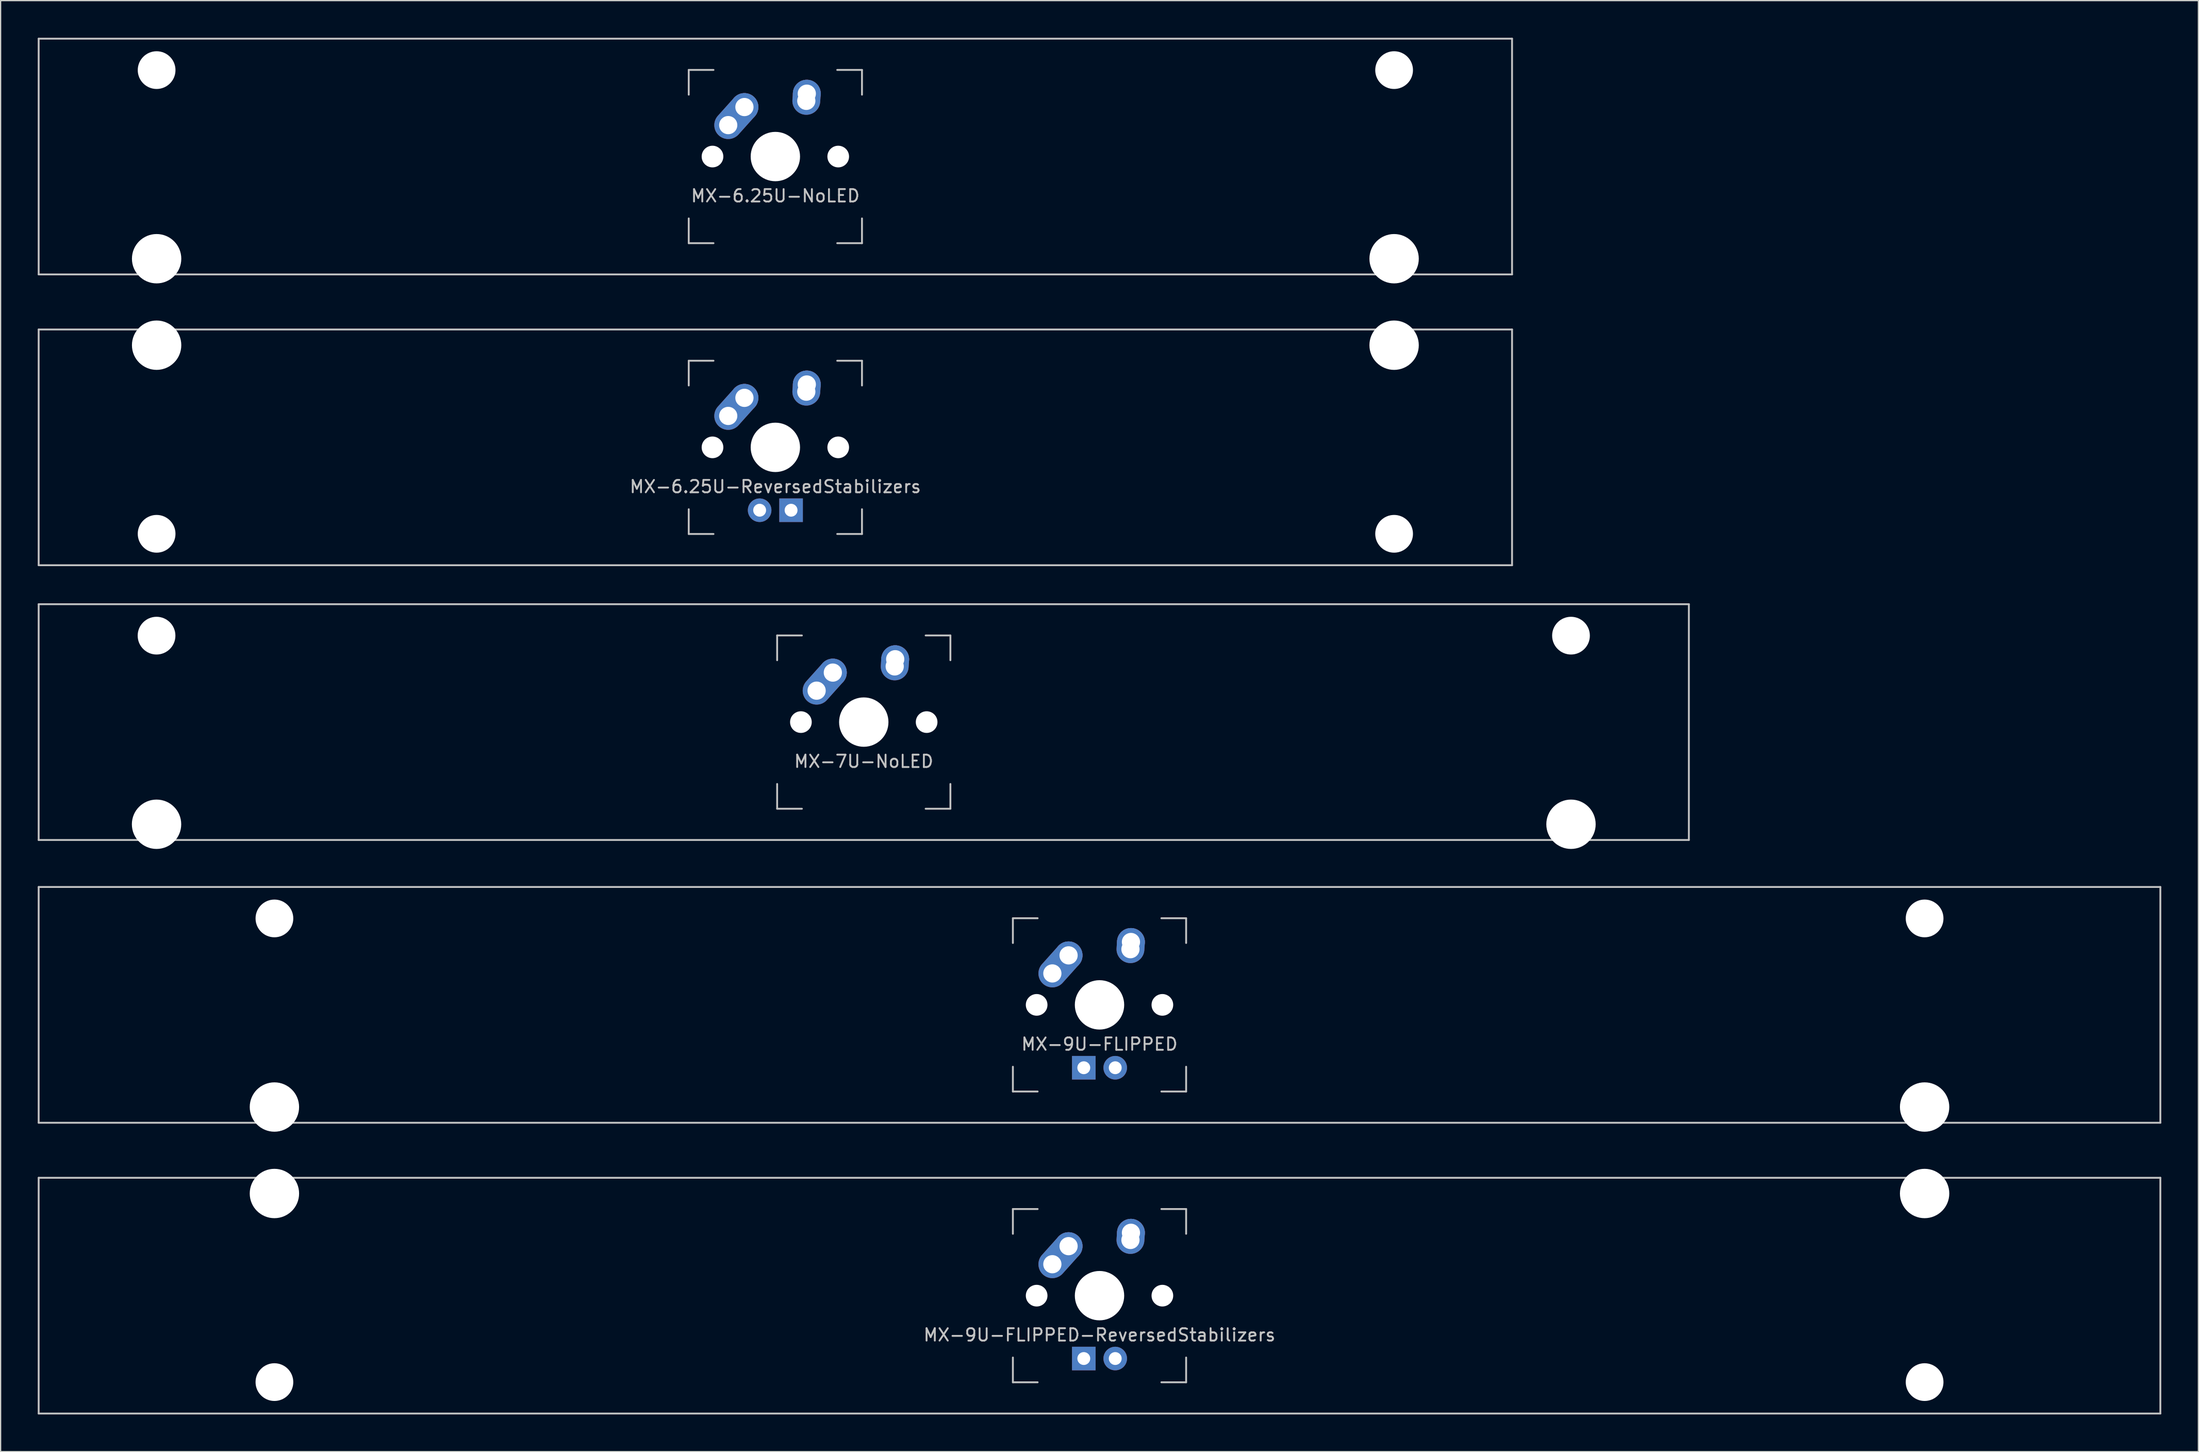
<source format=kicad_pcb>
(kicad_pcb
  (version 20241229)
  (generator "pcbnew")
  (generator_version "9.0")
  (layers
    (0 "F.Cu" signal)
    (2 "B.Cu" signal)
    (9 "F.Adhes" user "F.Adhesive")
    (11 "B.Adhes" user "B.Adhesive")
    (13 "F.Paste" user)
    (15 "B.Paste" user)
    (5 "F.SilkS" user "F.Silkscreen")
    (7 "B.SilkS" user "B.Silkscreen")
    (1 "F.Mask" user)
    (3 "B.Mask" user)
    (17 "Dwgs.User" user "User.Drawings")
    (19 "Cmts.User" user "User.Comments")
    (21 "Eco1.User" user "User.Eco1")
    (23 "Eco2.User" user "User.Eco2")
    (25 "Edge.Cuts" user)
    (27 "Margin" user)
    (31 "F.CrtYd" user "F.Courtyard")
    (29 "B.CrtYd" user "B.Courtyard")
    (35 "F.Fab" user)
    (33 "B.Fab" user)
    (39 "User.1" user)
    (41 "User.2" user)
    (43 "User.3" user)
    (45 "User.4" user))
  (footprint "MX-7U-NoLED"
    (layer "F.Cu")
    (at 66.75 55.298)
    (property "Reference" "MX-7U-NoLED" (at 0 3.175 0) (layer "Dwgs.User") (effects (font (size 1 1) (thickness 0.15))))
    (attr through_hole)
    (fp_line (start -66.675 -9.525) (end 66.675 -9.525) (stroke (width 0.15) (type solid)) (layer "Dwgs.User"))
    (fp_line (start -66.675 9.525) (end -66.675 -9.525) (stroke (width 0.15) (type solid)) (layer "Dwgs.User"))
    (fp_line (start -66.675 9.525) (end 66.675 9.525) (stroke (width 0.15) (type solid)) (layer "Dwgs.User"))
    (fp_line (start -7 -7) (end -7 -5) (stroke (width 0.15) (type solid)) (layer "Dwgs.User"))
    (fp_line (start -7 5) (end -7 7) (stroke (width 0.15) (type solid)) (layer "Dwgs.User"))
    (fp_line (start -7 7) (end -5 7) (stroke (width 0.15) (type solid)) (layer "Dwgs.User"))
    (fp_line (start -5 -7) (end -7 -7) (stroke (width 0.15) (type solid)) (layer "Dwgs.User"))
    (fp_line (start 5 -7) (end 7 -7) (stroke (width 0.15) (type solid)) (layer "Dwgs.User"))
    (fp_line (start 5 7) (end 7 7) (stroke (width 0.15) (type solid)) (layer "Dwgs.User"))
    (fp_line (start 7 -7) (end 7 -5) (stroke (width 0.15) (type solid)) (layer "Dwgs.User"))
    (fp_line (start 7 7) (end 7 5) (stroke (width 0.15) (type solid)) (layer "Dwgs.User"))
    (fp_line (start 66.675 -9.525) (end 66.675 9.525) (stroke (width 0.15) (type solid)) (layer "Dwgs.User"))
    (pad "" np_thru_hole circle (at -57.15 -6.985) (size 3.048 3.048) (drill 3.048) (layers "*.Cu" "*.Mask"))
    (pad "" np_thru_hole circle (at -57.15 8.255) (size 3.988 3.988) (drill 3.988) (layers "*.Cu" "*.Mask"))
    (pad "" np_thru_hole circle (at -5.08 0 48.1) (size 1.75 1.75) (drill 1.75) (layers "*.Cu" "*.Mask"))
    (pad "" np_thru_hole circle (at 0 0) (size 3.988 3.988) (drill 3.988) (layers "*.Cu" "*.Mask"))
    (pad "" np_thru_hole circle (at 5.08 0 48.1) (size 1.75 1.75) (drill 1.75) (layers "*.Cu" "*.Mask"))
    (pad "" np_thru_hole circle (at 57.15 -6.985) (size 3.048 3.048) (drill 3.048) (layers "*.Cu" "*.Mask"))
    (pad "" np_thru_hole circle (at 57.15 8.255) (size 3.988 3.988) (drill 3.988) (layers "*.Cu" "*.Mask"))
    (pad "1" thru_hole oval (at -3.81 -2.54 48.1) (size 4.212 2.25) (drill 1.47 (offset 0.981 0)) (layers "*.Cu" "B.Mask"))
    (pad "1" thru_hole circle (at -2.5 -4) (size 2.25 2.25) (drill 1.47) (layers "*.Cu" "B.Mask"))
    (pad "2" thru_hole oval (at 2.5 -4.5 86.055) (size 2.831 2.25) (drill 1.47 (offset 0.291 0)) (layers "*.Cu" "B.Mask"))
    (pad "2" thru_hole circle (at 2.54 -5.08) (size 2.25 2.25) (drill 1.47) (layers "*.Cu" "B.Mask")))
  (footprint "MX-6.25U-NoLED"
    (layer "F.Cu")
    (at 59.606 9.6)
    (property "Reference" "MX-6.25U-NoLED" (at 0 3.175 0) (layer "Dwgs.User") (effects (font (size 1 1) (thickness 0.15))))
    (attr through_hole)
    (fp_line (start -59.531 -9.525) (end 59.531 -9.525) (stroke (width 0.15) (type solid)) (layer "Dwgs.User"))
    (fp_line (start -59.531 9.525) (end -59.531 -9.525) (stroke (width 0.15) (type solid)) (layer "Dwgs.User"))
    (fp_line (start -59.531 9.525) (end 59.531 9.525) (stroke (width 0.15) (type solid)) (layer "Dwgs.User"))
    (fp_line (start -7 -7) (end -7 -5) (stroke (width 0.15) (type solid)) (layer "Dwgs.User"))
    (fp_line (start -7 5) (end -7 7) (stroke (width 0.15) (type solid)) (layer "Dwgs.User"))
    (fp_line (start -7 7) (end -5 7) (stroke (width 0.15) (type solid)) (layer "Dwgs.User"))
    (fp_line (start -5 -7) (end -7 -7) (stroke (width 0.15) (type solid)) (layer "Dwgs.User"))
    (fp_line (start 5 -7) (end 7 -7) (stroke (width 0.15) (type solid)) (layer "Dwgs.User"))
    (fp_line (start 5 7) (end 7 7) (stroke (width 0.15) (type solid)) (layer "Dwgs.User"))
    (fp_line (start 7 -7) (end 7 -5) (stroke (width 0.15) (type solid)) (layer "Dwgs.User"))
    (fp_line (start 7 7) (end 7 5) (stroke (width 0.15) (type solid)) (layer "Dwgs.User"))
    (fp_line (start 59.531 -9.525) (end 59.531 9.525) (stroke (width 0.15) (type solid)) (layer "Dwgs.User"))
    (pad "" np_thru_hole circle (at -50 -6.985) (size 3.048 3.048) (drill 3.048) (layers "*.Cu" "*.Mask"))
    (pad "" np_thru_hole circle (at -50 8.255) (size 3.988 3.988) (drill 3.988) (layers "*.Cu" "*.Mask"))
    (pad "" np_thru_hole circle (at -5.08 0 48.1) (size 1.75 1.75) (drill 1.75) (layers "*.Cu" "*.Mask"))
    (pad "" np_thru_hole circle (at 0 0) (size 3.988 3.988) (drill 3.988) (layers "*.Cu" "*.Mask"))
    (pad "" np_thru_hole circle (at 5.08 0 48.1) (size 1.75 1.75) (drill 1.75) (layers "*.Cu" "*.Mask"))
    (pad "" np_thru_hole circle (at 50 -6.985) (size 3.048 3.048) (drill 3.048) (layers "*.Cu" "*.Mask"))
    (pad "" np_thru_hole circle (at 50 8.255) (size 3.988 3.988) (drill 3.988) (layers "*.Cu" "*.Mask"))
    (pad "1" thru_hole oval (at -3.81 -2.54 48.1) (size 4.212 2.25) (drill 1.47 (offset 0.981 0)) (layers "*.Cu" "B.Mask"))
    (pad "1" thru_hole circle (at -2.5 -4) (size 2.25 2.25) (drill 1.47) (layers "*.Cu" "B.Mask"))
    (pad "2" thru_hole oval (at 2.5 -4.5 86.055) (size 2.831 2.25) (drill 1.47 (offset 0.291 0)) (layers "*.Cu" "B.Mask"))
    (pad "2" thru_hole circle (at 2.54 -5.08) (size 2.25 2.25) (drill 1.47) (layers "*.Cu" "B.Mask")))
  (footprint "MX-9U-FLIPPED"
    (layer "F.Cu")
    (at 85.8 78.147)
    (property "Reference" "MX-9U-FLIPPED" (at 0 3.175 0) (layer "Dwgs.User") (effects (font (size 1 1) (thickness 0.15))))
    (attr through_hole)
    (fp_line (start -85.725 -9.525) (end 85.725 -9.525) (stroke (width 0.15) (type solid)) (layer "Dwgs.User"))
    (fp_line (start -85.725 9.525) (end -85.725 -9.525) (stroke (width 0.15) (type solid)) (layer "Dwgs.User"))
    (fp_line (start -85.725 9.525) (end 85.725 9.525) (stroke (width 0.15) (type solid)) (layer "Dwgs.User"))
    (fp_line (start -7 -7) (end -7 -5) (stroke (width 0.15) (type solid)) (layer "Dwgs.User"))
    (fp_line (start -7 5) (end -7 7) (stroke (width 0.15) (type solid)) (layer "Dwgs.User"))
    (fp_line (start -7 7) (end -5 7) (stroke (width 0.15) (type solid)) (layer "Dwgs.User"))
    (fp_line (start -5 -7) (end -7 -7) (stroke (width 0.15) (type solid)) (layer "Dwgs.User"))
    (fp_line (start 5 -7) (end 7 -7) (stroke (width 0.15) (type solid)) (layer "Dwgs.User"))
    (fp_line (start 5 7) (end 7 7) (stroke (width 0.15) (type solid)) (layer "Dwgs.User"))
    (fp_line (start 7 -7) (end 7 -5) (stroke (width 0.15) (type solid)) (layer "Dwgs.User"))
    (fp_line (start 7 7) (end 7 5) (stroke (width 0.15) (type solid)) (layer "Dwgs.User"))
    (fp_line (start 85.725 -9.525) (end 85.725 9.525) (stroke (width 0.15) (type solid)) (layer "Dwgs.User"))
    (pad "" np_thru_hole circle (at -66.675 -6.985) (size 3.048 3.048) (drill 3.048) (layers "*.Cu" "*.Mask"))
    (pad "" np_thru_hole circle (at -66.675 8.255) (size 3.988 3.988) (drill 3.988) (layers "*.Cu" "*.Mask"))
    (pad "" np_thru_hole circle (at -5.08 0 48.1) (size 1.75 1.75) (drill 1.75) (layers "*.Cu" "*.Mask"))
    (pad "" np_thru_hole circle (at 0 0) (size 3.988 3.988) (drill 3.988) (layers "*.Cu" "*.Mask"))
    (pad "" np_thru_hole circle (at 5.08 0 48.1) (size 1.75 1.75) (drill 1.75) (layers "*.Cu" "*.Mask"))
    (pad "" np_thru_hole circle (at 66.675 -6.985) (size 3.048 3.048) (drill 3.048) (layers "*.Cu" "*.Mask"))
    (pad "" np_thru_hole circle (at 66.675 8.255) (size 3.988 3.988) (drill 3.988) (layers "*.Cu" "*.Mask"))
    (pad "1" thru_hole oval (at -3.81 -2.54 48.1) (size 4.212 2.25) (drill 1.47 (offset 0.981 0)) (layers "*.Cu" "B.Mask"))
    (pad "1" thru_hole circle (at -2.5 -4) (size 2.25 2.25) (drill 1.47) (layers "*.Cu" "B.Mask"))
    (pad "2" thru_hole oval (at 2.5 -4.5 86.055) (size 2.831 2.25) (drill 1.47 (offset 0.291 0)) (layers "*.Cu" "B.Mask"))
    (pad "2" thru_hole circle (at 2.54 -5.08) (size 2.25 2.25) (drill 1.47) (layers "*.Cu" "B.Mask"))
    (pad "3" thru_hole circle (at 1.27 5.08) (size 1.905 1.905) (drill 1.04) (layers "*.Cu" "B.Mask"))
    (pad "4" thru_hole rect (at -1.27 5.08) (size 1.905 1.905) (drill 1.04) (layers "*.Cu" "B.Mask")))
  (footprint "MX-6.25U-ReversedStabilizers"
    (layer "F.Cu")
    (at 59.606 33.098)
    (property "Reference" "MX-6.25U-ReversedStabilizers" (at 0 3.175 0) (layer "Dwgs.User") (effects (font (size 1 1) (thickness 0.15))))
    (attr through_hole)
    (fp_line (start -59.531 -9.525) (end 59.531 -9.525) (stroke (width 0.15) (type solid)) (layer "Dwgs.User"))
    (fp_line (start -59.531 9.525) (end -59.531 -9.525) (stroke (width 0.15) (type solid)) (layer "Dwgs.User"))
    (fp_line (start -59.531 9.525) (end 59.531 9.525) (stroke (width 0.15) (type solid)) (layer "Dwgs.User"))
    (fp_line (start -7 -7) (end -7 -5) (stroke (width 0.15) (type solid)) (layer "Dwgs.User"))
    (fp_line (start -7 5) (end -7 7) (stroke (width 0.15) (type solid)) (layer "Dwgs.User"))
    (fp_line (start -7 7) (end -5 7) (stroke (width 0.15) (type solid)) (layer "Dwgs.User"))
    (fp_line (start -5 -7) (end -7 -7) (stroke (width 0.15) (type solid)) (layer "Dwgs.User"))
    (fp_line (start 5 -7) (end 7 -7) (stroke (width 0.15) (type solid)) (layer "Dwgs.User"))
    (fp_line (start 5 7) (end 7 7) (stroke (width 0.15) (type solid)) (layer "Dwgs.User"))
    (fp_line (start 7 -7) (end 7 -5) (stroke (width 0.15) (type solid)) (layer "Dwgs.User"))
    (fp_line (start 7 7) (end 7 5) (stroke (width 0.15) (type solid)) (layer "Dwgs.User"))
    (fp_line (start 59.531 -9.525) (end 59.531 9.525) (stroke (width 0.15) (type solid)) (layer "Dwgs.User"))
    (pad "" np_thru_hole circle (at -50 -8.255) (size 3.988 3.988) (drill 3.988) (layers "*.Cu" "*.Mask"))
    (pad "" np_thru_hole circle (at -50 6.985) (size 3.048 3.048) (drill 3.048) (layers "*.Cu" "*.Mask"))
    (pad "" np_thru_hole circle (at -5.08 0 48.1) (size 1.75 1.75) (drill 1.75) (layers "*.Cu" "*.Mask"))
    (pad "" np_thru_hole circle (at 0 0) (size 3.988 3.988) (drill 3.988) (layers "*.Cu" "*.Mask"))
    (pad "" np_thru_hole circle (at 5.08 0 48.1) (size 1.75 1.75) (drill 1.75) (layers "*.Cu" "*.Mask"))
    (pad "" np_thru_hole circle (at 50 -8.255) (size 3.988 3.988) (drill 3.988) (layers "*.Cu" "*.Mask"))
    (pad "" np_thru_hole circle (at 50 6.985) (size 3.048 3.048) (drill 3.048) (layers "*.Cu" "*.Mask"))
    (pad "1" thru_hole oval (at -3.81 -2.54 48.1) (size 4.212 2.25) (drill 1.47 (offset 0.981 0)) (layers "*.Cu" "B.Mask"))
    (pad "1" thru_hole circle (at -2.5 -4) (size 2.25 2.25) (drill 1.47) (layers "*.Cu" "B.Mask"))
    (pad "2" thru_hole oval (at 2.5 -4.5 86.055) (size 2.831 2.25) (drill 1.47 (offset 0.291 0)) (layers "*.Cu" "B.Mask"))
    (pad "2" thru_hole circle (at 2.54 -5.08) (size 2.25 2.25) (drill 1.47) (layers "*.Cu" "B.Mask"))
    (pad "3" thru_hole circle (at -1.27 5.08) (size 1.905 1.905) (drill 1.04) (layers "*.Cu" "B.Mask"))
    (pad "4" thru_hole rect (at 1.27 5.08) (size 1.905 1.905) (drill 1.04) (layers "*.Cu" "B.Mask")))
  (footprint "MX-9U-FLIPPED-ReversedStabilizers"
    (layer "F.Cu")
    (at 85.8 101.644)
    (property "Reference" "MX-9U-FLIPPED-ReversedStabilizers" (at 0 3.175 0) (layer "Dwgs.User") (effects (font (size 1 1) (thickness 0.15))))
    (attr through_hole)
    (fp_line (start -85.725 -9.525) (end 85.725 -9.525) (stroke (width 0.15) (type solid)) (layer "Dwgs.User"))
    (fp_line (start -85.725 9.525) (end -85.725 -9.525) (stroke (width 0.15) (type solid)) (layer "Dwgs.User"))
    (fp_line (start -85.725 9.525) (end 85.725 9.525) (stroke (width 0.15) (type solid)) (layer "Dwgs.User"))
    (fp_line (start -7 -7) (end -7 -5) (stroke (width 0.15) (type solid)) (layer "Dwgs.User"))
    (fp_line (start -7 5) (end -7 7) (stroke (width 0.15) (type solid)) (layer "Dwgs.User"))
    (fp_line (start -7 7) (end -5 7) (stroke (width 0.15) (type solid)) (layer "Dwgs.User"))
    (fp_line (start -5 -7) (end -7 -7) (stroke (width 0.15) (type solid)) (layer "Dwgs.User"))
    (fp_line (start 5 -7) (end 7 -7) (stroke (width 0.15) (type solid)) (layer "Dwgs.User"))
    (fp_line (start 5 7) (end 7 7) (stroke (width 0.15) (type solid)) (layer "Dwgs.User"))
    (fp_line (start 7 -7) (end 7 -5) (stroke (width 0.15) (type solid)) (layer "Dwgs.User"))
    (fp_line (start 7 7) (end 7 5) (stroke (width 0.15) (type solid)) (layer "Dwgs.User"))
    (fp_line (start 85.725 -9.525) (end 85.725 9.525) (stroke (width 0.15) (type solid)) (layer "Dwgs.User"))
    (pad "" np_thru_hole circle (at -66.675 -8.255) (size 3.988 3.988) (drill 3.988) (layers "*.Cu" "*.Mask"))
    (pad "" np_thru_hole circle (at -66.675 6.985) (size 3.048 3.048) (drill 3.048) (layers "*.Cu" "*.Mask"))
    (pad "" np_thru_hole circle (at -5.08 0 48.1) (size 1.75 1.75) (drill 1.75) (layers "*.Cu" "*.Mask"))
    (pad "" np_thru_hole circle (at 0 0) (size 3.988 3.988) (drill 3.988) (layers "*.Cu" "*.Mask"))
    (pad "" np_thru_hole circle (at 5.08 0 48.1) (size 1.75 1.75) (drill 1.75) (layers "*.Cu" "*.Mask"))
    (pad "" np_thru_hole circle (at 66.675 -8.255) (size 3.988 3.988) (drill 3.988) (layers "*.Cu" "*.Mask"))
    (pad "" np_thru_hole circle (at 66.675 6.985) (size 3.048 3.048) (drill 3.048) (layers "*.Cu" "*.Mask"))
    (pad "1" thru_hole oval (at -3.81 -2.54 48.1) (size 4.212 2.25) (drill 1.47 (offset 0.981 0)) (layers "*.Cu" "B.Mask"))
    (pad "1" thru_hole circle (at -2.5 -4) (size 2.25 2.25) (drill 1.47) (layers "*.Cu" "B.Mask"))
    (pad "2" thru_hole oval (at 2.5 -4.5 86.055) (size 2.831 2.25) (drill 1.47 (offset 0.291 0)) (layers "*.Cu" "B.Mask"))
    (pad "2" thru_hole circle (at 2.54 -5.08) (size 2.25 2.25) (drill 1.47) (layers "*.Cu" "B.Mask"))
    (pad "3" thru_hole circle (at 1.27 5.08) (size 1.905 1.905) (drill 1.04) (layers "*.Cu" "B.Mask"))
    (pad "4" thru_hole rect (at -1.27 5.08) (size 1.905 1.905) (drill 1.04) (layers "*.Cu" "B.Mask")))
  (gr_rect
    (start -3 -3)
    (end 174.6 114.245)
    (stroke (width 0.1) (type default))
    (fill no)
    (layer "Edge.Cuts")))
</source>
